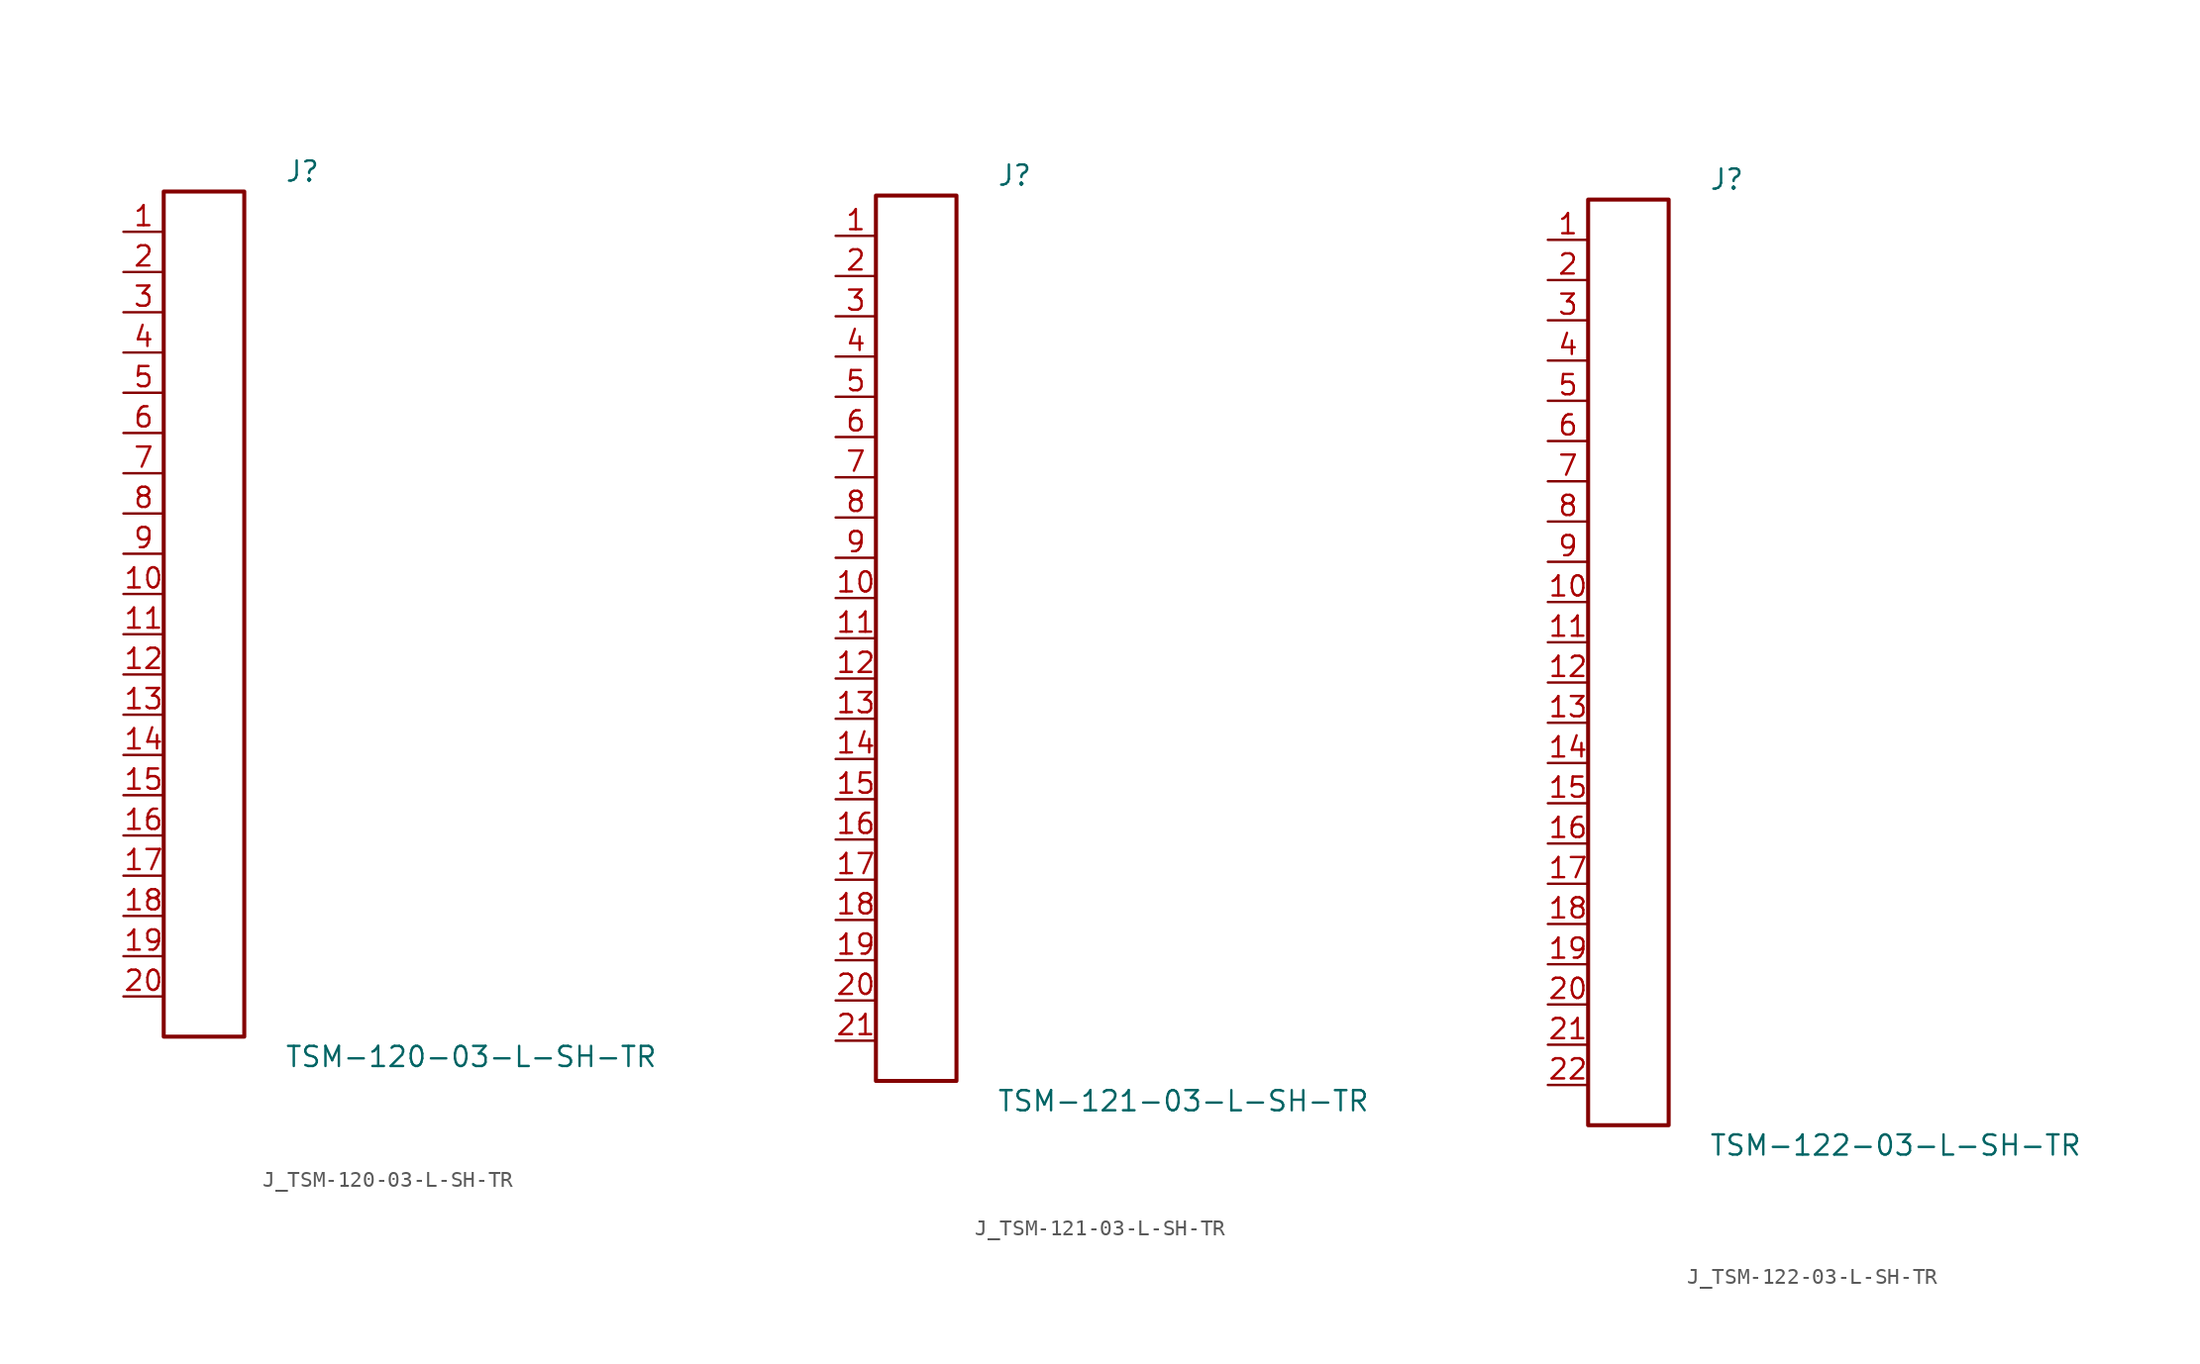
<source format=kicad_sym>
(kicad_symbol_lib
  (version 20231120)
  (generator kicad_symbol_editor)
  (generator_version 8.0)
  (symbol "J_TSM-120-03-L-SH-TR"
    (pin_names
      (offset 0.254))
    (property "Reference" "J"
      (at 5.08 27.94 0)
      (effects (font (size 1.27 1.27)) (justify left)))
    (property "Value" "TSM-120-03-L-SH-TR"
      (at 5.08 -27.94 0)
      (effects (font (size 1.27 1.27)) (justify left)))
    (symbol "J_TSM-120-03-L-SH-TR_0_0"
      (pin unspecified line (at -5.08 24.13 0) (length 2.54) (name "" (effects (font (size 1.27 1.27)))) (number "1" (effects (font (size 1.27 1.27)))))
      (pin unspecified line (at -5.08 21.59 0) (length 2.54) (name "" (effects (font (size 1.27 1.27)))) (number "2" (effects (font (size 1.27 1.27)))))
      (pin unspecified line (at -5.08 19.05 0) (length 2.54) (name "" (effects (font (size 1.27 1.27)))) (number "3" (effects (font (size 1.27 1.27)))))
      (pin unspecified line (at -5.08 16.51 0) (length 2.54) (name "" (effects (font (size 1.27 1.27)))) (number "4" (effects (font (size 1.27 1.27)))))
      (pin unspecified line (at -5.08 13.97 0) (length 2.54) (name "" (effects (font (size 1.27 1.27)))) (number "5" (effects (font (size 1.27 1.27)))))
      (pin unspecified line (at -5.08 11.43 0) (length 2.54) (name "" (effects (font (size 1.27 1.27)))) (number "6" (effects (font (size 1.27 1.27)))))
      (pin unspecified line (at -5.08 8.89 0) (length 2.54) (name "" (effects (font (size 1.27 1.27)))) (number "7" (effects (font (size 1.27 1.27)))))
      (pin unspecified line (at -5.08 6.35 0) (length 2.54) (name "" (effects (font (size 1.27 1.27)))) (number "8" (effects (font (size 1.27 1.27)))))
      (pin unspecified line (at -5.08 3.81 0) (length 2.54) (name "" (effects (font (size 1.27 1.27)))) (number "9" (effects (font (size 1.27 1.27)))))
      (pin unspecified line (at -5.08 1.27 0) (length 2.54) (name "" (effects (font (size 1.27 1.27)))) (number "10" (effects (font (size 1.27 1.27)))))
      (pin unspecified line (at -5.08 -1.27 0) (length 2.54) (name "" (effects (font (size 1.27 1.27)))) (number "11" (effects (font (size 1.27 1.27)))))
      (pin unspecified line (at -5.08 -3.81 0) (length 2.54) (name "" (effects (font (size 1.27 1.27)))) (number "12" (effects (font (size 1.27 1.27)))))
      (pin unspecified line (at -5.08 -6.35 0) (length 2.54) (name "" (effects (font (size 1.27 1.27)))) (number "13" (effects (font (size 1.27 1.27)))))
      (pin unspecified line (at -5.08 -8.89 0) (length 2.54) (name "" (effects (font (size 1.27 1.27)))) (number "14" (effects (font (size 1.27 1.27)))))
      (pin unspecified line (at -5.08 -11.43 0) (length 2.54) (name "" (effects (font (size 1.27 1.27)))) (number "15" (effects (font (size 1.27 1.27)))))
      (pin unspecified line (at -5.08 -13.97 0) (length 2.54) (name "" (effects (font (size 1.27 1.27)))) (number "16" (effects (font (size 1.27 1.27)))))
      (pin unspecified line (at -5.08 -16.51 0) (length 2.54) (name "" (effects (font (size 1.27 1.27)))) (number "17" (effects (font (size 1.27 1.27)))))
      (pin unspecified line (at -5.08 -19.05 0) (length 2.54) (name "" (effects (font (size 1.27 1.27)))) (number "18" (effects (font (size 1.27 1.27)))))
      (pin unspecified line (at -5.08 -21.59 0) (length 2.54) (name "" (effects (font (size 1.27 1.27)))) (number "19" (effects (font (size 1.27 1.27)))))
      (pin unspecified line (at -5.08 -24.13 0) (length 2.54) (name "" (effects (font (size 1.27 1.27)))) (number "20" (effects (font (size 1.27 1.27))))))
    (symbol "J_TSM-120-03-L-SH-TR_1_0"
      (rectangle (start -2.54 26.67) (end 2.54 -26.67) (stroke (width 0.254) (type solid)) (fill (type none)))))
  (symbol "J_TSM-121-03-L-SH-TR"
    (pin_names
      (offset 0.254))
    (property "Reference" "J"
      (at 5.08 29.21 0)
      (effects (font (size 1.27 1.27)) (justify left)))
    (property "Value" "TSM-121-03-L-SH-TR"
      (at 5.08 -29.21 0)
      (effects (font (size 1.27 1.27)) (justify left)))
    (symbol "J_TSM-121-03-L-SH-TR_0_0"
      (pin unspecified line (at -5.08 25.4 0) (length 2.54) (name "" (effects (font (size 1.27 1.27)))) (number "1" (effects (font (size 1.27 1.27)))))
      (pin unspecified line (at -5.08 22.86 0) (length 2.54) (name "" (effects (font (size 1.27 1.27)))) (number "2" (effects (font (size 1.27 1.27)))))
      (pin unspecified line (at -5.08 20.32 0) (length 2.54) (name "" (effects (font (size 1.27 1.27)))) (number "3" (effects (font (size 1.27 1.27)))))
      (pin unspecified line (at -5.08 17.78 0) (length 2.54) (name "" (effects (font (size 1.27 1.27)))) (number "4" (effects (font (size 1.27 1.27)))))
      (pin unspecified line (at -5.08 15.24 0) (length 2.54) (name "" (effects (font (size 1.27 1.27)))) (number "5" (effects (font (size 1.27 1.27)))))
      (pin unspecified line (at -5.08 12.7 0) (length 2.54) (name "" (effects (font (size 1.27 1.27)))) (number "6" (effects (font (size 1.27 1.27)))))
      (pin unspecified line (at -5.08 10.16 0) (length 2.54) (name "" (effects (font (size 1.27 1.27)))) (number "7" (effects (font (size 1.27 1.27)))))
      (pin unspecified line (at -5.08 7.62 0) (length 2.54) (name "" (effects (font (size 1.27 1.27)))) (number "8" (effects (font (size 1.27 1.27)))))
      (pin unspecified line (at -5.08 5.08 0) (length 2.54) (name "" (effects (font (size 1.27 1.27)))) (number "9" (effects (font (size 1.27 1.27)))))
      (pin unspecified line (at -5.08 2.54 0) (length 2.54) (name "" (effects (font (size 1.27 1.27)))) (number "10" (effects (font (size 1.27 1.27)))))
      (pin unspecified line (at -5.08 0.0 0) (length 2.54) (name "" (effects (font (size 1.27 1.27)))) (number "11" (effects (font (size 1.27 1.27)))))
      (pin unspecified line (at -5.08 -2.54 0) (length 2.54) (name "" (effects (font (size 1.27 1.27)))) (number "12" (effects (font (size 1.27 1.27)))))
      (pin unspecified line (at -5.08 -5.08 0) (length 2.54) (name "" (effects (font (size 1.27 1.27)))) (number "13" (effects (font (size 1.27 1.27)))))
      (pin unspecified line (at -5.08 -7.62 0) (length 2.54) (name "" (effects (font (size 1.27 1.27)))) (number "14" (effects (font (size 1.27 1.27)))))
      (pin unspecified line (at -5.08 -10.16 0) (length 2.54) (name "" (effects (font (size 1.27 1.27)))) (number "15" (effects (font (size 1.27 1.27)))))
      (pin unspecified line (at -5.08 -12.7 0) (length 2.54) (name "" (effects (font (size 1.27 1.27)))) (number "16" (effects (font (size 1.27 1.27)))))
      (pin unspecified line (at -5.08 -15.24 0) (length 2.54) (name "" (effects (font (size 1.27 1.27)))) (number "17" (effects (font (size 1.27 1.27)))))
      (pin unspecified line (at -5.08 -17.78 0) (length 2.54) (name "" (effects (font (size 1.27 1.27)))) (number "18" (effects (font (size 1.27 1.27)))))
      (pin unspecified line (at -5.08 -20.32 0) (length 2.54) (name "" (effects (font (size 1.27 1.27)))) (number "19" (effects (font (size 1.27 1.27)))))
      (pin unspecified line (at -5.08 -22.86 0) (length 2.54) (name "" (effects (font (size 1.27 1.27)))) (number "20" (effects (font (size 1.27 1.27)))))
      (pin unspecified line (at -5.08 -25.4 0) (length 2.54) (name "" (effects (font (size 1.27 1.27)))) (number "21" (effects (font (size 1.27 1.27))))))
    (symbol "J_TSM-121-03-L-SH-TR_1_0"
      (rectangle (start -2.54 27.94) (end 2.54 -27.94) (stroke (width 0.254) (type solid)) (fill (type none)))))
  (symbol "J_TSM-122-03-L-SH-TR"
    (pin_names
      (offset 0.254))
    (property "Reference" "J"
      (at 5.08 30.48 0)
      (effects (font (size 1.27 1.27)) (justify left)))
    (property "Value" "TSM-122-03-L-SH-TR"
      (at 5.08 -30.48 0)
      (effects (font (size 1.27 1.27)) (justify left)))
    (symbol "J_TSM-122-03-L-SH-TR_0_0"
      (pin unspecified line (at -5.08 26.67 0) (length 2.54) (name "" (effects (font (size 1.27 1.27)))) (number "1" (effects (font (size 1.27 1.27)))))
      (pin unspecified line (at -5.08 24.13 0) (length 2.54) (name "" (effects (font (size 1.27 1.27)))) (number "2" (effects (font (size 1.27 1.27)))))
      (pin unspecified line (at -5.08 21.59 0) (length 2.54) (name "" (effects (font (size 1.27 1.27)))) (number "3" (effects (font (size 1.27 1.27)))))
      (pin unspecified line (at -5.08 19.05 0) (length 2.54) (name "" (effects (font (size 1.27 1.27)))) (number "4" (effects (font (size 1.27 1.27)))))
      (pin unspecified line (at -5.08 16.51 0) (length 2.54) (name "" (effects (font (size 1.27 1.27)))) (number "5" (effects (font (size 1.27 1.27)))))
      (pin unspecified line (at -5.08 13.97 0) (length 2.54) (name "" (effects (font (size 1.27 1.27)))) (number "6" (effects (font (size 1.27 1.27)))))
      (pin unspecified line (at -5.08 11.43 0) (length 2.54) (name "" (effects (font (size 1.27 1.27)))) (number "7" (effects (font (size 1.27 1.27)))))
      (pin unspecified line (at -5.08 8.89 0) (length 2.54) (name "" (effects (font (size 1.27 1.27)))) (number "8" (effects (font (size 1.27 1.27)))))
      (pin unspecified line (at -5.08 6.35 0) (length 2.54) (name "" (effects (font (size 1.27 1.27)))) (number "9" (effects (font (size 1.27 1.27)))))
      (pin unspecified line (at -5.08 3.81 0) (length 2.54) (name "" (effects (font (size 1.27 1.27)))) (number "10" (effects (font (size 1.27 1.27)))))
      (pin unspecified line (at -5.08 1.27 0) (length 2.54) (name "" (effects (font (size 1.27 1.27)))) (number "11" (effects (font (size 1.27 1.27)))))
      (pin unspecified line (at -5.08 -1.27 0) (length 2.54) (name "" (effects (font (size 1.27 1.27)))) (number "12" (effects (font (size 1.27 1.27)))))
      (pin unspecified line (at -5.08 -3.81 0) (length 2.54) (name "" (effects (font (size 1.27 1.27)))) (number "13" (effects (font (size 1.27 1.27)))))
      (pin unspecified line (at -5.08 -6.35 0) (length 2.54) (name "" (effects (font (size 1.27 1.27)))) (number "14" (effects (font (size 1.27 1.27)))))
      (pin unspecified line (at -5.08 -8.89 0) (length 2.54) (name "" (effects (font (size 1.27 1.27)))) (number "15" (effects (font (size 1.27 1.27)))))
      (pin unspecified line (at -5.08 -11.43 0) (length 2.54) (name "" (effects (font (size 1.27 1.27)))) (number "16" (effects (font (size 1.27 1.27)))))
      (pin unspecified line (at -5.08 -13.97 0) (length 2.54) (name "" (effects (font (size 1.27 1.27)))) (number "17" (effects (font (size 1.27 1.27)))))
      (pin unspecified line (at -5.08 -16.51 0) (length 2.54) (name "" (effects (font (size 1.27 1.27)))) (number "18" (effects (font (size 1.27 1.27)))))
      (pin unspecified line (at -5.08 -19.05 0) (length 2.54) (name "" (effects (font (size 1.27 1.27)))) (number "19" (effects (font (size 1.27 1.27)))))
      (pin unspecified line (at -5.08 -21.59 0) (length 2.54) (name "" (effects (font (size 1.27 1.27)))) (number "20" (effects (font (size 1.27 1.27)))))
      (pin unspecified line (at -5.08 -24.13 0) (length 2.54) (name "" (effects (font (size 1.27 1.27)))) (number "21" (effects (font (size 1.27 1.27)))))
      (pin unspecified line (at -5.08 -26.67 0) (length 2.54) (name "" (effects (font (size 1.27 1.27)))) (number "22" (effects (font (size 1.27 1.27))))))
    (symbol "J_TSM-122-03-L-SH-TR_1_0"
      (rectangle (start -2.54 29.21) (end 2.54 -29.21) (stroke (width 0.254) (type solid)) (fill (type none))))))
</source>
